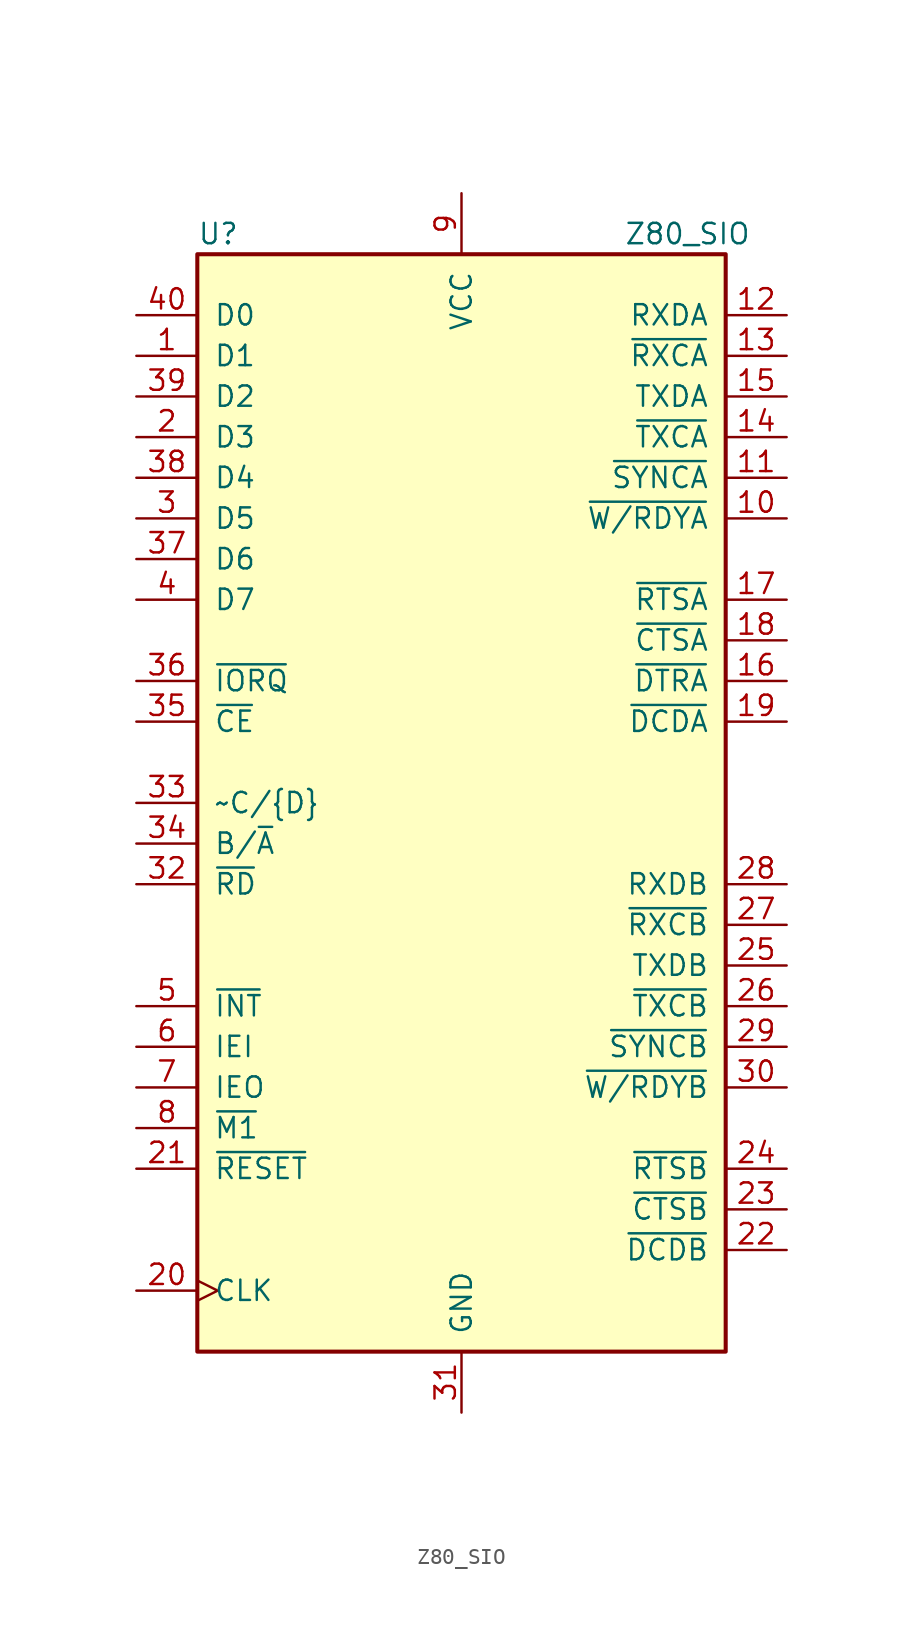
<source format=kicad_sym>
(kicad_symbol_lib
  (version 20241209)
  (generator "kicad_symbol_editor")
  (generator_version "9.0")
  (symbol "Z80_SIO"
    (pin_names
      (offset 1.016))
    (property "Reference" "U"
      (at -16.51 35.56 0)
      (effects (font (size 1.27 1.27)) (justify left)))
    (property "Value" "Z80_SIO"
      (at 10.16 35.56 0)
      (effects (font (size 1.27 1.27)) (justify left)))
    (symbol "Z80_SIO_0_1"
      (rectangle (start -16.51 34.29) (end 16.51 -34.29) (stroke (width 0.254) (type default)) (fill (type background))))
    (symbol "Z80_SIO_1_1"
      (pin input line (at -20.32 30.48 0) (length 3.81) (name "D0" (effects (font (size 1.27 1.27)))) (number "40" (effects (font (size 1.27 1.27)))))
      (pin input line (at -20.32 27.94 0) (length 3.81) (name "D1" (effects (font (size 1.27 1.27)))) (number "1" (effects (font (size 1.27 1.27)))))
      (pin input line (at -20.32 25.4 0) (length 3.81) (name "D2" (effects (font (size 1.27 1.27)))) (number "39" (effects (font (size 1.27 1.27)))))
      (pin input line (at -20.32 22.86 0) (length 3.81) (name "D3" (effects (font (size 1.27 1.27)))) (number "2" (effects (font (size 1.27 1.27)))))
      (pin input line (at -20.32 20.32 0) (length 3.81) (name "D4" (effects (font (size 1.27 1.27)))) (number "38" (effects (font (size 1.27 1.27)))))
      (pin input line (at -20.32 17.78 0) (length 3.81) (name "D5" (effects (font (size 1.27 1.27)))) (number "3" (effects (font (size 1.27 1.27)))))
      (pin input line (at -20.32 15.24 0) (length 3.81) (name "D6" (effects (font (size 1.27 1.27)))) (number "37" (effects (font (size 1.27 1.27)))))
      (pin input line (at -20.32 12.7 0) (length 3.81) (name "D7" (effects (font (size 1.27 1.27)))) (number "4" (effects (font (size 1.27 1.27)))))
      (pin input line (at -20.32 7.62 0) (length 3.81) (name "~{IORQ}" (effects (font (size 1.27 1.27)))) (number "36" (effects (font (size 1.27 1.27)))))
      (pin input line (at -20.32 5.08 0) (length 3.81) (name "~{CE}" (effects (font (size 1.27 1.27)))) (number "35" (effects (font (size 1.27 1.27)))))
      (pin input line (at -20.32 0 0) (length 3.81) (name "~C/{D}" (effects (font (size 1.27 1.27)))) (number "33" (effects (font (size 1.27 1.27)))))
      (pin input line (at -20.32 -2.54 0) (length 3.81) (name "B/~{A}" (effects (font (size 1.27 1.27)))) (number "34" (effects (font (size 1.27 1.27)))))
      (pin input line (at -20.32 -5.08 0) (length 3.81) (name "~{RD}" (effects (font (size 1.27 1.27)))) (number "32" (effects (font (size 1.27 1.27)))))
      (pin open_collector line (at -20.32 -12.7 0) (length 3.81) (name "~{INT}" (effects (font (size 1.27 1.27)))) (number "5" (effects (font (size 1.27 1.27)))))
      (pin input line (at -20.32 -15.24 0) (length 3.81) (name "IEI" (effects (font (size 1.27 1.27)))) (number "6" (effects (font (size 1.27 1.27)))))
      (pin output line (at -20.32 -17.78 0) (length 3.81) (name "IEO" (effects (font (size 1.27 1.27)))) (number "7" (effects (font (size 1.27 1.27)))))
      (pin input line (at -20.32 -20.32 0) (length 3.81) (name "~{M1}" (effects (font (size 1.27 1.27)))) (number "8" (effects (font (size 1.27 1.27)))))
      (pin input line (at -20.32 -22.86 0) (length 3.81) (name "~{RESET}" (effects (font (size 1.27 1.27)))) (number "21" (effects (font (size 1.27 1.27)))))
      (pin input clock (at -20.32 -30.48 0) (length 3.81) (name "CLK" (effects (font (size 1.27 1.27)))) (number "20" (effects (font (size 1.27 1.27)))))
      (pin power_in line (at 0 38.1 270) (length 3.81) (name "VCC" (effects (font (size 1.27 1.27)))) (number "9" (effects (font (size 1.27 1.27)))))
      (pin power_in line (at 0 -38.1 90) (length 3.81) (name "GND" (effects (font (size 1.27 1.27)))) (number "31" (effects (font (size 1.27 1.27)))))
      (pin input line (at 20.32 30.48 180) (length 3.81) (name "RXDA" (effects (font (size 1.27 1.27)))) (number "12" (effects (font (size 1.27 1.27)))))
      (pin input line (at 20.32 27.94 180) (length 3.81) (name "~{RXCA}" (effects (font (size 1.27 1.27)))) (number "13" (effects (font (size 1.27 1.27)))))
      (pin output line (at 20.32 25.4 180) (length 3.81) (name "TXDA" (effects (font (size 1.27 1.27)))) (number "15" (effects (font (size 1.27 1.27)))))
      (pin input line (at 20.32 22.86 180) (length 3.81) (name "~{TXCA}" (effects (font (size 1.27 1.27)))) (number "14" (effects (font (size 1.27 1.27)))))
      (pin bidirectional line (at 20.32 20.32 180) (length 3.81) (name "~{SYNCA}" (effects (font (size 1.27 1.27)))) (number "11" (effects (font (size 1.27 1.27)))))
      (pin output line (at 20.32 17.78 180) (length 3.81) (name "~{W/RDYA}" (effects (font (size 1.27 1.27)))) (number "10" (effects (font (size 1.27 1.27)))))
      (pin output line (at 20.32 12.7 180) (length 3.81) (name "~{RTSA}" (effects (font (size 1.27 1.27)))) (number "17" (effects (font (size 1.27 1.27)))))
      (pin input line (at 20.32 10.16 180) (length 3.81) (name "~{CTSA}" (effects (font (size 1.27 1.27)))) (number "18" (effects (font (size 1.27 1.27)))))
      (pin output line (at 20.32 7.62 180) (length 3.81) (name "~{DTRA}" (effects (font (size 1.27 1.27)))) (number "16" (effects (font (size 1.27 1.27)))))
      (pin input line (at 20.32 5.08 180) (length 3.81) (name "~{DCDA}" (effects (font (size 1.27 1.27)))) (number "19" (effects (font (size 1.27 1.27)))))
      (pin input line (at 20.32 -5.08 180) (length 3.81) (name "RXDB" (effects (font (size 1.27 1.27)))) (number "28" (effects (font (size 1.27 1.27)))))
      (pin input line (at 20.32 -7.62 180) (length 3.81) (name "~{RXCB}" (effects (font (size 1.27 1.27)))) (number "27" (effects (font (size 1.27 1.27)))))
      (pin output line (at 20.32 -10.16 180) (length 3.81) (name "TXDB" (effects (font (size 1.27 1.27)))) (number "25" (effects (font (size 1.27 1.27)))))
      (pin input line (at 20.32 -12.7 180) (length 3.81) (name "~{TXCB}" (effects (font (size 1.27 1.27)))) (number "26" (effects (font (size 1.27 1.27)))))
      (pin bidirectional line (at 20.32 -15.24 180) (length 3.81) (name "~{SYNCB}" (effects (font (size 1.27 1.27)))) (number "29" (effects (font (size 1.27 1.27)))))
      (pin output line (at 20.32 -17.78 180) (length 3.81) (name "~{W/RDYB}" (effects (font (size 1.27 1.27)))) (number "30" (effects (font (size 1.27 1.27)))))
      (pin output line (at 20.32 -22.86 180) (length 3.81) (name "~{RTSB}" (effects (font (size 1.27 1.27)))) (number "24" (effects (font (size 1.27 1.27)))))
      (pin output line (at 20.32 -25.4 180) (length 3.81) (name "~{CTSB}" (effects (font (size 1.27 1.27)))) (number "23" (effects (font (size 1.27 1.27)))))
      (pin input line (at 20.32 -27.94 180) (length 3.81) (name "~{DCDB}" (effects (font (size 1.27 1.27)))) (number "22" (effects (font (size 1.27 1.27))))))))
</source>
